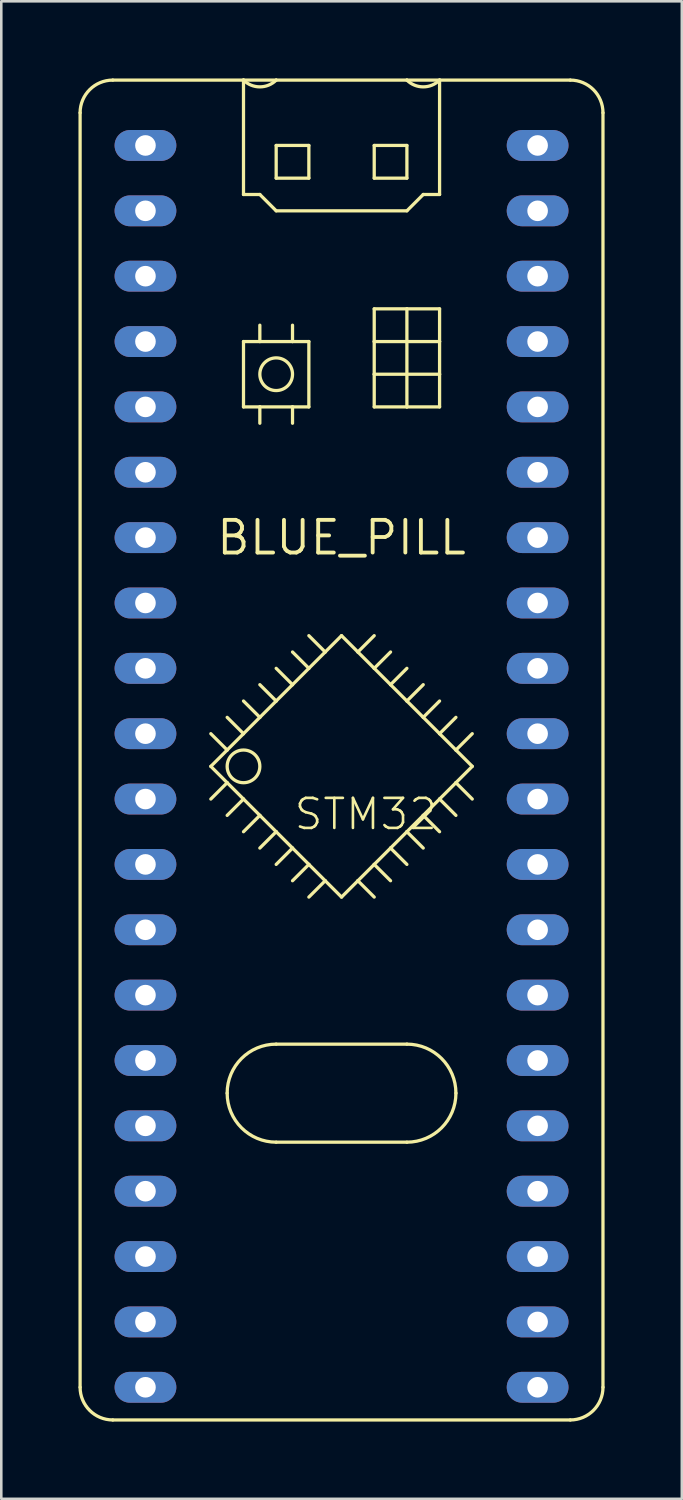
<source format=kicad_pcb>
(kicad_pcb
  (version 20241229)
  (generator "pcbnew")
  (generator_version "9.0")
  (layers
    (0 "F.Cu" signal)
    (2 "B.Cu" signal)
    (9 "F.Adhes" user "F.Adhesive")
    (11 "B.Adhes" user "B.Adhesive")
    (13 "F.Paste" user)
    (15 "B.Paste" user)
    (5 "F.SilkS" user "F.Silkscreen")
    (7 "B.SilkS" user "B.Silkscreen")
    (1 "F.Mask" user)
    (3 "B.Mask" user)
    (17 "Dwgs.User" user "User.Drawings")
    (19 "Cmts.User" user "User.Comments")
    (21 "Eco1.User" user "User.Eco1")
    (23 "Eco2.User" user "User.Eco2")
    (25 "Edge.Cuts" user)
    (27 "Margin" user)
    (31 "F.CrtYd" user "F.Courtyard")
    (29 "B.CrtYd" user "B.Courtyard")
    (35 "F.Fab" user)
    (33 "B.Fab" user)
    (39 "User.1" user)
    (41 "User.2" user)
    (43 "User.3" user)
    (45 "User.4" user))
  (footprint "BLUE_PILL"
    (layer "F.Cu")
    (at 10.223 17.843)
    (property "Reference" "BLUE_PILL" (at 0 0 0) (layer "F.SilkS") (effects (font (size 1.27 1.27) (thickness 0.15))))
    (fp_line (start -10.16 33.02) (end -10.16 -16.51) (stroke (width 0.127) (type solid)) (layer "F.SilkS"))
    (fp_line (start -8.89 -17.78) (end -3.81 -17.78) (stroke (width 0.127) (type solid)) (layer "F.SilkS"))
    (fp_line (start -5.08 7.62) (end -4.445 8.255) (stroke (width 0.127) (type solid)) (layer "F.SilkS"))
    (fp_line (start -5.08 8.89) (end -4.445 8.255) (stroke (width 0.127) (type solid)) (layer "F.SilkS"))
    (fp_line (start -4.445 6.985) (end -3.81 7.62) (stroke (width 0.127) (type solid)) (layer "F.SilkS"))
    (fp_line (start -4.445 8.255) (end -3.81 7.62) (stroke (width 0.127) (type solid)) (layer "F.SilkS"))
    (fp_line (start -4.445 9.525) (end -5.08 8.89) (stroke (width 0.127) (type solid)) (layer "F.SilkS"))
    (fp_line (start -4.445 9.525) (end -5.08 10.16) (stroke (width 0.127) (type solid)) (layer "F.SilkS"))
    (fp_line (start -3.81 -17.78) (end -3.81 -13.335) (stroke (width 0.127) (type solid)) (layer "F.SilkS"))
    (fp_line (start -3.81 -17.78) (end -2.54 -17.78) (stroke (width 0.127) (type solid)) (layer "F.SilkS"))
    (fp_line (start -3.81 -13.335) (end -3.175 -13.335) (stroke (width 0.127) (type solid)) (layer "F.SilkS"))
    (fp_line (start -3.81 -7.62) (end -3.175 -7.62) (stroke (width 0.127) (type solid)) (layer "F.SilkS"))
    (fp_line (start -3.81 -5.08) (end -3.81 -7.62) (stroke (width 0.127) (type solid)) (layer "F.SilkS"))
    (fp_line (start -3.81 6.35) (end -3.175 6.985) (stroke (width 0.127) (type solid)) (layer "F.SilkS"))
    (fp_line (start -3.81 7.62) (end -3.175 6.985) (stroke (width 0.127) (type solid)) (layer "F.SilkS"))
    (fp_line (start -3.81 10.16) (end -4.445 9.525) (stroke (width 0.127) (type solid)) (layer "F.SilkS"))
    (fp_line (start -3.81 10.16) (end -4.445 10.795) (stroke (width 0.127) (type solid)) (layer "F.SilkS"))
    (fp_line (start -3.175 -13.335) (end -2.54 -12.7) (stroke (width 0.127) (type solid)) (layer "F.SilkS"))
    (fp_line (start -3.175 -7.62) (end -3.175 -8.255) (stroke (width 0.127) (type solid)) (layer "F.SilkS"))
    (fp_line (start -3.175 -7.62) (end -1.905 -7.62) (stroke (width 0.127) (type solid)) (layer "F.SilkS"))
    (fp_line (start -3.175 -5.08) (end -3.81 -5.08) (stroke (width 0.127) (type solid)) (layer "F.SilkS"))
    (fp_line (start -3.175 -5.08) (end -3.175 -4.445) (stroke (width 0.127) (type solid)) (layer "F.SilkS"))
    (fp_line (start -3.175 5.715) (end -2.54 6.35) (stroke (width 0.127) (type solid)) (layer "F.SilkS"))
    (fp_line (start -3.175 6.985) (end -2.54 6.35) (stroke (width 0.127) (type solid)) (layer "F.SilkS"))
    (fp_line (start -3.175 10.795) (end -3.81 10.16) (stroke (width 0.127) (type solid)) (layer "F.SilkS"))
    (fp_line (start -3.175 10.795) (end -3.81 11.43) (stroke (width 0.127) (type solid)) (layer "F.SilkS"))
    (fp_line (start -2.54 -17.78) (end 2.54 -17.78) (stroke (width 0.127) (type solid)) (layer "F.SilkS"))
    (fp_line (start -2.54 -15.24) (end -2.54 -13.97) (stroke (width 0.127) (type solid)) (layer "F.SilkS"))
    (fp_line (start -2.54 -15.24) (end -1.27 -15.24) (stroke (width 0.127) (type solid)) (layer "F.SilkS"))
    (fp_line (start -2.54 -13.97) (end -1.27 -13.97) (stroke (width 0.127) (type solid)) (layer "F.SilkS"))
    (fp_line (start -2.54 -12.7) (end 2.54 -12.7) (stroke (width 0.127) (type solid)) (layer "F.SilkS"))
    (fp_line (start -2.54 5.08) (end -1.905 5.715) (stroke (width 0.127) (type solid)) (layer "F.SilkS"))
    (fp_line (start -2.54 6.35) (end -1.905 5.715) (stroke (width 0.127) (type solid)) (layer "F.SilkS"))
    (fp_line (start -2.54 11.43) (end -3.175 10.795) (stroke (width 0.127) (type solid)) (layer "F.SilkS"))
    (fp_line (start -2.54 11.43) (end -3.175 12.065) (stroke (width 0.127) (type solid)) (layer "F.SilkS"))
    (fp_line (start -2.54 23.495) (end 2.54 23.495) (stroke (width 0.127) (type solid)) (layer "F.SilkS"))
    (fp_line (start -1.905 -7.62) (end -1.905 -8.255) (stroke (width 0.127) (type solid)) (layer "F.SilkS"))
    (fp_line (start -1.905 -7.62) (end -1.27 -7.62) (stroke (width 0.127) (type solid)) (layer "F.SilkS"))
    (fp_line (start -1.905 -5.08) (end -3.175 -5.08) (stroke (width 0.127) (type solid)) (layer "F.SilkS"))
    (fp_line (start -1.905 -5.08) (end -1.905 -4.445) (stroke (width 0.127) (type solid)) (layer "F.SilkS"))
    (fp_line (start -1.905 4.445) (end -1.27 5.08) (stroke (width 0.127) (type solid)) (layer "F.SilkS"))
    (fp_line (start -1.905 5.715) (end -1.27 5.08) (stroke (width 0.127) (type solid)) (layer "F.SilkS"))
    (fp_line (start -1.905 12.065) (end -2.54 11.43) (stroke (width 0.127) (type solid)) (layer "F.SilkS"))
    (fp_line (start -1.905 12.065) (end -2.54 12.7) (stroke (width 0.127) (type solid)) (layer "F.SilkS"))
    (fp_line (start -1.27 -13.97) (end -1.27 -15.24) (stroke (width 0.127) (type solid)) (layer "F.SilkS"))
    (fp_line (start -1.27 -7.62) (end -1.27 -5.08) (stroke (width 0.127) (type solid)) (layer "F.SilkS"))
    (fp_line (start -1.27 -5.08) (end -1.905 -5.08) (stroke (width 0.127) (type solid)) (layer "F.SilkS"))
    (fp_line (start -1.27 3.81) (end -0.635 4.445) (stroke (width 0.127) (type solid)) (layer "F.SilkS"))
    (fp_line (start -1.27 5.08) (end -0.635 4.445) (stroke (width 0.127) (type solid)) (layer "F.SilkS"))
    (fp_line (start -1.27 12.7) (end -1.905 12.065) (stroke (width 0.127) (type solid)) (layer "F.SilkS"))
    (fp_line (start -1.27 12.7) (end -1.905 13.335) (stroke (width 0.127) (type solid)) (layer "F.SilkS"))
    (fp_line (start -0.635 4.445) (end 0 3.81) (stroke (width 0.127) (type solid)) (layer "F.SilkS"))
    (fp_line (start -0.635 13.335) (end -1.27 12.7) (stroke (width 0.127) (type solid)) (layer "F.SilkS"))
    (fp_line (start -0.635 13.335) (end -1.27 13.97) (stroke (width 0.127) (type solid)) (layer "F.SilkS"))
    (fp_line (start 0 3.81) (end 0.635 4.445) (stroke (width 0.127) (type solid)) (layer "F.SilkS"))
    (fp_line (start 0 13.97) (end -0.635 13.335) (stroke (width 0.127) (type solid)) (layer "F.SilkS"))
    (fp_line (start 0.635 4.445) (end 1.27 3.81) (stroke (width 0.127) (type solid)) (layer "F.SilkS"))
    (fp_line (start 0.635 4.445) (end 1.27 5.08) (stroke (width 0.127) (type solid)) (layer "F.SilkS"))
    (fp_line (start 0.635 13.335) (end 0 13.97) (stroke (width 0.127) (type solid)) (layer "F.SilkS"))
    (fp_line (start 0.635 13.335) (end 1.27 13.97) (stroke (width 0.127) (type solid)) (layer "F.SilkS"))
    (fp_line (start 1.27 -15.24) (end 1.27 -13.97) (stroke (width 0.127) (type solid)) (layer "F.SilkS"))
    (fp_line (start 1.27 -15.24) (end 2.54 -15.24) (stroke (width 0.127) (type solid)) (layer "F.SilkS"))
    (fp_line (start 1.27 -13.97) (end 2.54 -13.97) (stroke (width 0.127) (type solid)) (layer "F.SilkS"))
    (fp_line (start 1.27 -8.89) (end 2.54 -8.89) (stroke (width 0.127) (type solid)) (layer "F.SilkS"))
    (fp_line (start 1.27 -7.62) (end 1.27 -8.89) (stroke (width 0.127) (type solid)) (layer "F.SilkS"))
    (fp_line (start 1.27 -7.62) (end 3.81 -7.62) (stroke (width 0.127) (type solid)) (layer "F.SilkS"))
    (fp_line (start 1.27 -6.35) (end 1.27 -7.62) (stroke (width 0.127) (type solid)) (layer "F.SilkS"))
    (fp_line (start 1.27 -5.08) (end 1.27 -6.35) (stroke (width 0.127) (type solid)) (layer "F.SilkS"))
    (fp_line (start 1.27 5.08) (end 1.905 4.445) (stroke (width 0.127) (type solid)) (layer "F.SilkS"))
    (fp_line (start 1.27 5.08) (end 1.905 5.715) (stroke (width 0.127) (type solid)) (layer "F.SilkS"))
    (fp_line (start 1.27 12.7) (end 0.635 13.335) (stroke (width 0.127) (type solid)) (layer "F.SilkS"))
    (fp_line (start 1.27 12.7) (end 1.905 13.335) (stroke (width 0.127) (type solid)) (layer "F.SilkS"))
    (fp_line (start 1.905 5.715) (end 2.54 5.08) (stroke (width 0.127) (type solid)) (layer "F.SilkS"))
    (fp_line (start 1.905 5.715) (end 2.54 6.35) (stroke (width 0.127) (type solid)) (layer "F.SilkS"))
    (fp_line (start 1.905 12.065) (end 1.27 12.7) (stroke (width 0.127) (type solid)) (layer "F.SilkS"))
    (fp_line (start 1.905 12.065) (end 2.54 12.7) (stroke (width 0.127) (type solid)) (layer "F.SilkS"))
    (fp_line (start 2.54 -17.78) (end 3.81 -17.78) (stroke (width 0.127) (type solid)) (layer "F.SilkS"))
    (fp_line (start 2.54 -13.97) (end 2.54 -15.24) (stroke (width 0.127) (type solid)) (layer "F.SilkS"))
    (fp_line (start 2.54 -12.7) (end 3.175 -13.335) (stroke (width 0.127) (type solid)) (layer "F.SilkS"))
    (fp_line (start 2.54 -8.89) (end 2.54 -5.08) (stroke (width 0.127) (type solid)) (layer "F.SilkS"))
    (fp_line (start 2.54 -8.89) (end 3.81 -8.89) (stroke (width 0.127) (type solid)) (layer "F.SilkS"))
    (fp_line (start 2.54 -5.08) (end 1.27 -5.08) (stroke (width 0.127) (type solid)) (layer "F.SilkS"))
    (fp_line (start 2.54 6.35) (end 3.175 5.715) (stroke (width 0.127) (type solid)) (layer "F.SilkS"))
    (fp_line (start 2.54 6.35) (end 3.175 6.985) (stroke (width 0.127) (type solid)) (layer "F.SilkS"))
    (fp_line (start 2.54 11.43) (end 1.905 12.065) (stroke (width 0.127) (type solid)) (layer "F.SilkS"))
    (fp_line (start 2.54 11.43) (end 3.175 12.065) (stroke (width 0.127) (type solid)) (layer "F.SilkS"))
    (fp_line (start 2.54 19.685) (end -2.54 19.685) (stroke (width 0.127) (type solid)) (layer "F.SilkS"))
    (fp_line (start 3.175 -13.335) (end 3.81 -13.335) (stroke (width 0.127) (type solid)) (layer "F.SilkS"))
    (fp_line (start 3.175 6.985) (end 3.81 6.35) (stroke (width 0.127) (type solid)) (layer "F.SilkS"))
    (fp_line (start 3.175 6.985) (end 3.81 7.62) (stroke (width 0.127) (type solid)) (layer "F.SilkS"))
    (fp_line (start 3.175 10.795) (end 2.54 11.43) (stroke (width 0.127) (type solid)) (layer "F.SilkS"))
    (fp_line (start 3.175 10.795) (end 3.81 11.43) (stroke (width 0.127) (type solid)) (layer "F.SilkS"))
    (fp_line (start 3.81 -17.78) (end 8.89 -17.78) (stroke (width 0.127) (type solid)) (layer "F.SilkS"))
    (fp_line (start 3.81 -13.335) (end 3.81 -17.78) (stroke (width 0.127) (type solid)) (layer "F.SilkS"))
    (fp_line (start 3.81 -8.89) (end 3.81 -7.62) (stroke (width 0.127) (type solid)) (layer "F.SilkS"))
    (fp_line (start 3.81 -7.62) (end 3.81 -6.35) (stroke (width 0.127) (type solid)) (layer "F.SilkS"))
    (fp_line (start 3.81 -6.35) (end 1.27 -6.35) (stroke (width 0.127) (type solid)) (layer "F.SilkS"))
    (fp_line (start 3.81 -6.35) (end 3.81 -5.08) (stroke (width 0.127) (type solid)) (layer "F.SilkS"))
    (fp_line (start 3.81 -5.08) (end 2.54 -5.08) (stroke (width 0.127) (type solid)) (layer "F.SilkS"))
    (fp_line (start 3.81 7.62) (end 4.445 6.985) (stroke (width 0.127) (type solid)) (layer "F.SilkS"))
    (fp_line (start 3.81 7.62) (end 4.445 8.255) (stroke (width 0.127) (type solid)) (layer "F.SilkS"))
    (fp_line (start 3.81 10.16) (end 3.175 10.795) (stroke (width 0.127) (type solid)) (layer "F.SilkS"))
    (fp_line (start 3.81 10.16) (end 4.445 10.795) (stroke (width 0.127) (type solid)) (layer "F.SilkS"))
    (fp_line (start 4.445 8.255) (end 5.08 8.89) (stroke (width 0.127) (type solid)) (layer "F.SilkS"))
    (fp_line (start 4.445 9.525) (end 3.81 10.16) (stroke (width 0.127) (type solid)) (layer "F.SilkS"))
    (fp_line (start 4.445 9.525) (end 5.08 10.16) (stroke (width 0.127) (type solid)) (layer "F.SilkS"))
    (fp_line (start 5.08 7.62) (end 4.445 8.255) (stroke (width 0.127) (type solid)) (layer "F.SilkS"))
    (fp_line (start 5.08 8.89) (end 4.445 9.525) (stroke (width 0.127) (type solid)) (layer "F.SilkS"))
    (fp_line (start 8.89 34.29) (end -8.89 34.29) (stroke (width 0.127) (type solid)) (layer "F.SilkS"))
    (fp_line (start 10.16 -16.51) (end 10.16 33.02) (stroke (width 0.127) (type solid)) (layer "F.SilkS"))
    (fp_arc (start -10.16 -16.51) (mid -9.788026 -17.408026) (end -8.89 -17.78) (stroke (width 0.127) (type solid)) (layer "F.SilkS"))
    (fp_arc (start -8.89 34.29) (mid -9.788026 33.918026) (end -10.16 33.02) (stroke (width 0.127) (type solid)) (layer "F.SilkS"))
    (fp_arc (start -4.445 21.59) (mid -3.887038 20.242962) (end -2.54 19.685) (stroke (width 0.127) (type solid)) (layer "F.SilkS"))
    (fp_arc (start -2.54 -17.78) (mid -3.175 -17.516974) (end -3.81 -17.78) (stroke (width 0.127) (type solid)) (layer "F.SilkS"))
    (fp_arc (start -2.54 23.495) (mid -3.887038 22.937038) (end -4.445 21.59) (stroke (width 0.127) (type solid)) (layer "F.SilkS"))
    (fp_arc (start 2.54 19.685) (mid 3.887038 20.242962) (end 4.445 21.59) (stroke (width 0.127) (type solid)) (layer "F.SilkS"))
    (fp_arc (start 3.81 -17.78) (mid 3.175 -17.516974) (end 2.54 -17.78) (stroke (width 0.127) (type solid)) (layer "F.SilkS"))
    (fp_arc (start 4.445 21.59) (mid 3.887038 22.937038) (end 2.54 23.495) (stroke (width 0.127) (type solid)) (layer "F.SilkS"))
    (fp_arc (start 8.89 -17.78) (mid 9.788026 -17.408026) (end 10.16 -16.51) (stroke (width 0.127) (type solid)) (layer "F.SilkS"))
    (fp_arc (start 10.16 33.02) (mid 9.788026 33.918026) (end 8.89 34.29) (stroke (width 0.127) (type solid)) (layer "F.SilkS"))
    (fp_circle (center -3.81 8.89) (end -3.175 8.89) (stroke (width 0.127) (type solid)) (fill no) (layer "F.SilkS"))
    (fp_circle (center -2.54 -6.35) (end -1.905 -6.35) (stroke (width 0.127) (type solid)) (fill no) (layer "F.SilkS"))
    (fp_text user "STM32" (at -1.905 11.43 0) (layer "F.SilkS") (effects (font (size 1.168 1.168) (thickness 0.102)) (justify left bottom)))
    (pad "P$1" thru_hole oval (at -7.62 -15.24) (size 2.4 1.2) (drill 0.8) (layers "*.Cu" "*.Mask"))
    (pad "P$2" thru_hole oval (at -7.62 -12.7) (size 2.4 1.2) (drill 0.8) (layers "*.Cu" "*.Mask"))
    (pad "P$3" thru_hole oval (at -7.62 -10.16) (size 2.4 1.2) (drill 0.8) (layers "*.Cu" "*.Mask"))
    (pad "P$4" thru_hole oval (at -7.62 -7.62) (size 2.4 1.2) (drill 0.8) (layers "*.Cu" "*.Mask"))
    (pad "P$5" thru_hole oval (at -7.62 -5.08) (size 2.4 1.2) (drill 0.8) (layers "*.Cu" "*.Mask"))
    (pad "P$6" thru_hole oval (at -7.62 -2.54) (size 2.4 1.2) (drill 0.8) (layers "*.Cu" "*.Mask"))
    (pad "P$7" thru_hole oval (at -7.62 0) (size 2.4 1.2) (drill 0.8) (layers "*.Cu" "*.Mask"))
    (pad "P$8" thru_hole oval (at -7.62 2.54) (size 2.4 1.2) (drill 0.8) (layers "*.Cu" "*.Mask"))
    (pad "P$9" thru_hole oval (at -7.62 5.08) (size 2.4 1.2) (drill 0.8) (layers "*.Cu" "*.Mask"))
    (pad "P$10" thru_hole oval (at -7.62 7.62) (size 2.4 1.2) (drill 0.8) (layers "*.Cu" "*.Mask"))
    (pad "P$11" thru_hole oval (at -7.62 10.16) (size 2.4 1.2) (drill 0.8) (layers "*.Cu" "*.Mask"))
    (pad "P$12" thru_hole oval (at -7.62 12.7) (size 2.4 1.2) (drill 0.8) (layers "*.Cu" "*.Mask"))
    (pad "P$13" thru_hole oval (at -7.62 15.24) (size 2.4 1.2) (drill 0.8) (layers "*.Cu" "*.Mask"))
    (pad "P$14" thru_hole oval (at -7.62 17.78) (size 2.4 1.2) (drill 0.8) (layers "*.Cu" "*.Mask"))
    (pad "P$15" thru_hole oval (at -7.62 20.32) (size 2.4 1.2) (drill 0.8) (layers "*.Cu" "*.Mask"))
    (pad "P$16" thru_hole oval (at -7.62 22.86) (size 2.4 1.2) (drill 0.8) (layers "*.Cu" "*.Mask"))
    (pad "P$17" thru_hole oval (at -7.62 25.4) (size 2.4 1.2) (drill 0.8) (layers "*.Cu" "*.Mask"))
    (pad "P$18" thru_hole oval (at -7.62 27.94) (size 2.4 1.2) (drill 0.8) (layers "*.Cu" "*.Mask"))
    (pad "P$19" thru_hole oval (at -7.62 30.48) (size 2.4 1.2) (drill 0.8) (layers "*.Cu" "*.Mask"))
    (pad "P$20" thru_hole oval (at -7.62 33.02) (size 2.4 1.2) (drill 0.8) (layers "*.Cu" "*.Mask"))
    (pad "P$21" thru_hole oval (at 7.62 -15.24) (size 2.4 1.2) (drill 0.8) (layers "*.Cu" "*.Mask"))
    (pad "P$22" thru_hole oval (at 7.62 -12.7) (size 2.4 1.2) (drill 0.8) (layers "*.Cu" "*.Mask"))
    (pad "P$23" thru_hole oval (at 7.62 -10.16) (size 2.4 1.2) (drill 0.8) (layers "*.Cu" "*.Mask"))
    (pad "P$24" thru_hole oval (at 7.62 -7.62) (size 2.4 1.2) (drill 0.8) (layers "*.Cu" "*.Mask"))
    (pad "P$25" thru_hole oval (at 7.62 -5.08) (size 2.4 1.2) (drill 0.8) (layers "*.Cu" "*.Mask"))
    (pad "P$26" thru_hole oval (at 7.62 -2.54) (size 2.4 1.2) (drill 0.8) (layers "*.Cu" "*.Mask"))
    (pad "P$27" thru_hole oval (at 7.62 0) (size 2.4 1.2) (drill 0.8) (layers "*.Cu" "*.Mask"))
    (pad "P$28" thru_hole oval (at 7.62 2.54) (size 2.4 1.2) (drill 0.8) (layers "*.Cu" "*.Mask"))
    (pad "P$29" thru_hole oval (at 7.62 5.08) (size 2.4 1.2) (drill 0.8) (layers "*.Cu" "*.Mask"))
    (pad "P$30" thru_hole oval (at 7.62 7.62) (size 2.4 1.2) (drill 0.8) (layers "*.Cu" "*.Mask"))
    (pad "P$31" thru_hole oval (at 7.62 10.16) (size 2.4 1.2) (drill 0.8) (layers "*.Cu" "*.Mask"))
    (pad "P$32" thru_hole oval (at 7.62 12.7) (size 2.4 1.2) (drill 0.8) (layers "*.Cu" "*.Mask"))
    (pad "P$33" thru_hole oval (at 7.62 15.24) (size 2.4 1.2) (drill 0.8) (layers "*.Cu" "*.Mask"))
    (pad "P$34" thru_hole oval (at 7.62 17.78) (size 2.4 1.2) (drill 0.8) (layers "*.Cu" "*.Mask"))
    (pad "P$35" thru_hole oval (at 7.62 20.32) (size 2.4 1.2) (drill 0.8) (layers "*.Cu" "*.Mask"))
    (pad "P$36" thru_hole oval (at 7.62 22.86) (size 2.4 1.2) (drill 0.8) (layers "*.Cu" "*.Mask"))
    (pad "P$37" thru_hole oval (at 7.62 25.4) (size 2.4 1.2) (drill 0.8) (layers "*.Cu" "*.Mask"))
    (pad "P$38" thru_hole oval (at 7.62 27.94) (size 2.4 1.2) (drill 0.8) (layers "*.Cu" "*.Mask"))
    (pad "P$39" thru_hole oval (at 7.62 30.48) (size 2.4 1.2) (drill 0.8) (layers "*.Cu" "*.Mask"))
    (pad "P$40" thru_hole oval (at 7.62 33.02) (size 2.4 1.2) (drill 0.8) (layers "*.Cu" "*.Mask")))
  (gr_rect
    (start -3 -3)
    (end 23.447 55.197)
    (stroke (width 0.1) (type default))
    (fill no)
    (layer "Edge.Cuts")))
</source>
